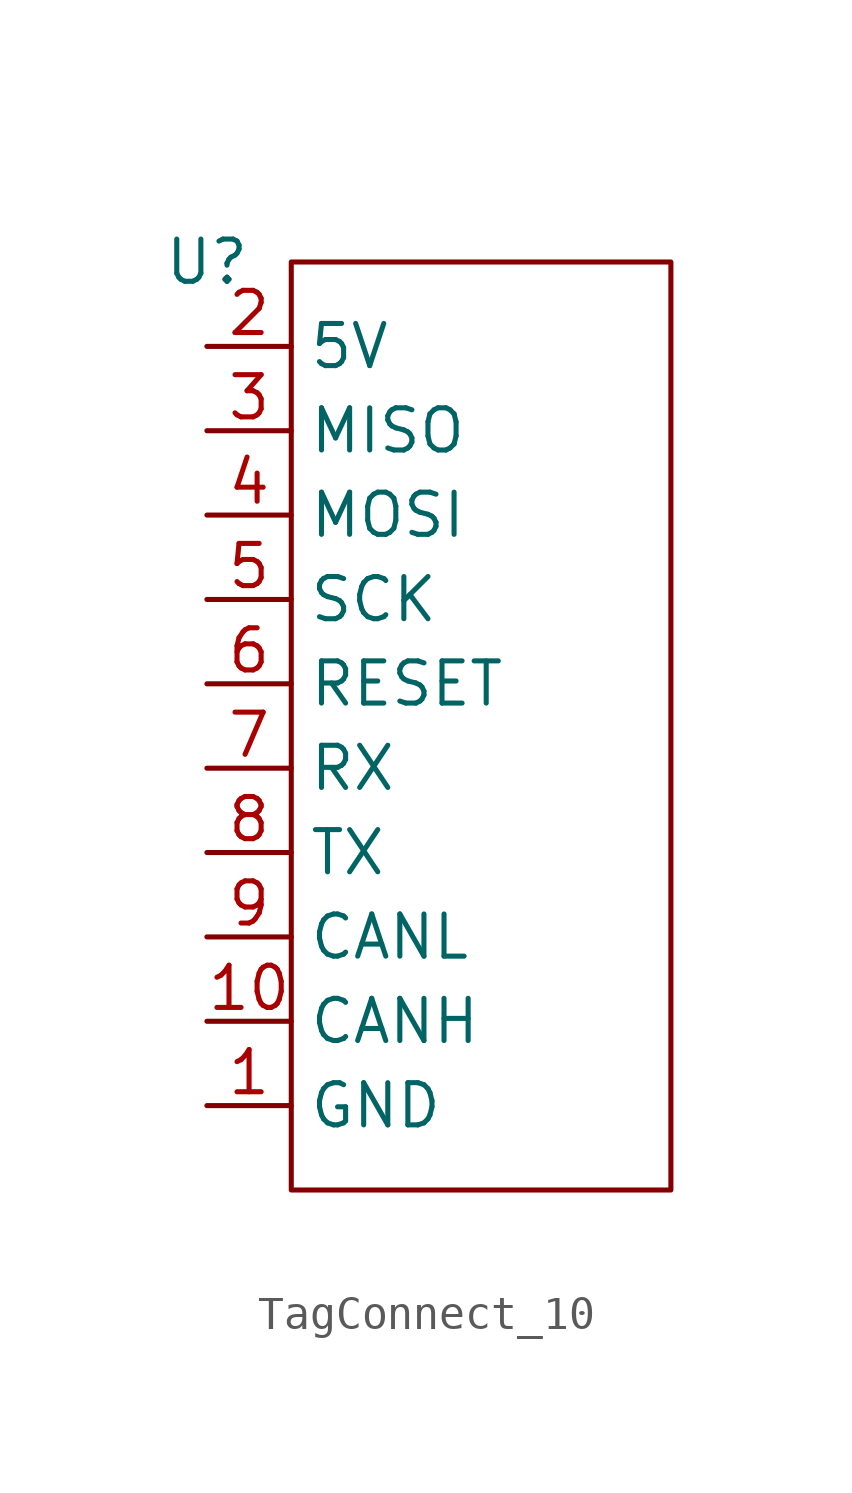
<source format=kicad_sym>
(kicad_symbol_lib
  (version 20211014)
  (generator kicad_symbol_editor)
  (symbol "TagConnect_10"
    (property "Reference" "U"
      (at 0 0 0)
      (effects (font (size 1.27 1.27))))
    (symbol "TagConnect_10_0_0"
      (pin power_in line (at 0 -25.4 0) (length 2.54) (name "GND" (effects (font (size 1.27 1.27)))) (number "1" (effects (font (size 1.27 1.27)))))
      (pin bidirectional line (at 0 -22.86 0) (length 2.54) (name "CANH" (effects (font (size 1.27 1.27)))) (number "10" (effects (font (size 1.27 1.27)))))
      (pin power_in line (at 0 -2.54 0) (length 2.54) (name "5V" (effects (font (size 1.27 1.27)))) (number "2" (effects (font (size 1.27 1.27)))))
      (pin output line (at 0 -5.08 0) (length 2.54) (name "MISO" (effects (font (size 1.27 1.27)))) (number "3" (effects (font (size 1.27 1.27)))))
      (pin input line (at 0 -7.62 0) (length 2.54) (name "MOSI" (effects (font (size 1.27 1.27)))) (number "4" (effects (font (size 1.27 1.27)))))
      (pin input line (at 0 -10.16 0) (length 2.54) (name "SCK" (effects (font (size 1.27 1.27)))) (number "5" (effects (font (size 1.27 1.27)))))
      (pin output line (at 0 -12.7 0) (length 2.54) (name "RESET" (effects (font (size 1.27 1.27)))) (number "6" (effects (font (size 1.27 1.27)))))
      (pin input line (at 0 -15.24 0) (length 2.54) (name "RX" (effects (font (size 1.27 1.27)))) (number "7" (effects (font (size 1.27 1.27)))))
      (pin output line (at 0 -17.78 0) (length 2.54) (name "TX" (effects (font (size 1.27 1.27)))) (number "8" (effects (font (size 1.27 1.27)))))
      (pin bidirectional line (at 0 -20.32 0) (length 2.54) (name "CANL" (effects (font (size 1.27 1.27)))) (number "9" (effects (font (size 1.27 1.27))))))
    (symbol "TagConnect_10_0_1"
      (rectangle (start 2.54 0) (end 13.97 -27.94) (stroke (width 0) (type default) (color 0 0 0 0)) (fill (type none))))))
</source>
